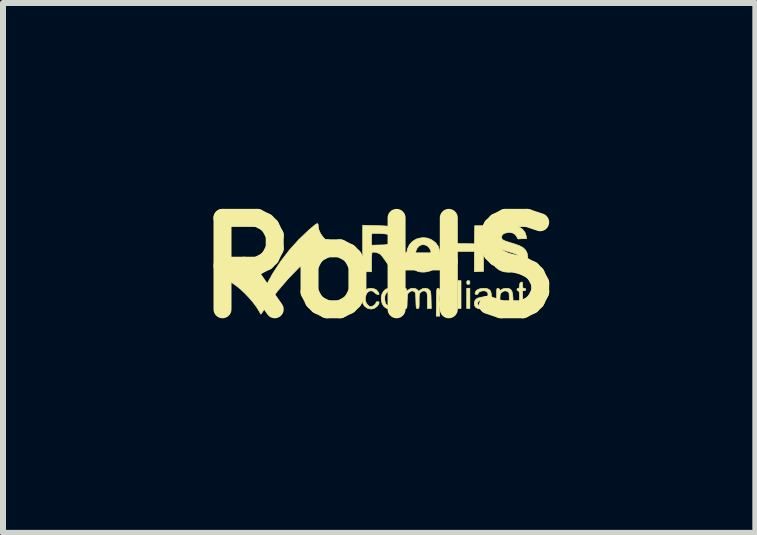
<source format=kicad_pcb>
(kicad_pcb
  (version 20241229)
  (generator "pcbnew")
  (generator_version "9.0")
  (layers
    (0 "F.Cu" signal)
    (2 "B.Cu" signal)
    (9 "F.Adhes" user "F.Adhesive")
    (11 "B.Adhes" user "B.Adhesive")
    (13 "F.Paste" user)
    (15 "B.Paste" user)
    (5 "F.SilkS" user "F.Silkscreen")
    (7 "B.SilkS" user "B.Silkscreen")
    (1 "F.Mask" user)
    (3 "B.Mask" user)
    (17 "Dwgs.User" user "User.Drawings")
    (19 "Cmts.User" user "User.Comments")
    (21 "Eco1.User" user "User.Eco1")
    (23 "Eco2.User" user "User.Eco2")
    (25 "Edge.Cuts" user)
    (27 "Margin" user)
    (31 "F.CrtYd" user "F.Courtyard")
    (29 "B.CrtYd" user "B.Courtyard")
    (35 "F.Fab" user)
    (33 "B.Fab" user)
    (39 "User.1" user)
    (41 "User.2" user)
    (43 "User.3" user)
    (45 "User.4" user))
  (footprint "RoHS"
    (layer "F.Cu")
    (at 3.273 1.418)
    (property "Reference" "RoHS" (at 0 0 0) (layer "F.SilkS") (effects (font (size 1.524 1.524) (thickness 0.3))))
    (attr through_hole)
    (fp_poly (pts (xy 1.365 0.677) (xy 1.312 0.677) (xy 1.312 0.212) (xy 1.365 0.212) (xy 1.365 0.677)) (stroke (width 0.01) (type solid)) (fill yes) (layer "F.SilkS"))
    (fp_poly (pts (xy 1.513 0.677) (xy 1.46 0.677) (xy 1.46 0.339) (xy 1.513 0.339) (xy 1.513 0.677)) (stroke (width 0.01) (type solid)) (fill yes) (layer "F.SilkS"))
    (fp_poly (pts (xy 1.506 0.215) (xy 1.513 0.23) (xy 1.513 0.243) (xy 1.511 0.266) (xy 1.498 0.274) (xy 1.487 0.275) (xy 1.468 0.272) (xy 1.461 0.257) (xy 1.46 0.243) (xy 1.463 0.221) (xy 1.475 0.212) (xy 1.487 0.212) (xy 1.506 0.215)) (stroke (width 0.01) (type solid)) (fill yes) (layer "F.SilkS"))
    (fp_poly (pts (xy 1.289 -0.407) (xy 1.438 -0.405) (xy 1.587 -0.402) (xy 1.59 -0.553) (xy 1.593 -0.704) (xy 1.741 -0.704) (xy 1.741 0.058) (xy 1.664 0.061) (xy 1.587 0.064) (xy 1.587 -0.275) (xy 1.292 -0.275) (xy 1.289 -0.108) (xy 1.286 0.058) (xy 1.132 0.064) (xy 1.135 -0.32) (xy 1.138 -0.704) (xy 1.286 -0.704) (xy 1.289 -0.407)) (stroke (width 0.01) (type solid)) (fill yes) (layer "F.SilkS"))
    (fp_poly (pts (xy -0.085 0.347) (xy -0.042 0.369) (xy -0.016 0.402) (xy -0.004 0.428) (xy -0.002 0.44) (xy -0.013 0.444) (xy -0.022 0.445) (xy -0.043 0.437) (xy -0.068 0.419) (xy -0.074 0.413) (xy -0.108 0.387) (xy -0.142 0.381) (xy -0.174 0.391) (xy -0.201 0.415) (xy -0.22 0.452) (xy -0.23 0.499) (xy -0.228 0.546) (xy -0.216 0.582) (xy -0.194 0.615) (xy -0.166 0.638) (xy -0.142 0.646) (xy -0.112 0.638) (xy -0.082 0.62) (xy -0.061 0.597) (xy -0.057 0.587) (xy -0.045 0.566) (xy -0.025 0.561) (xy -0.005 0.567) (xy -0.001 0.585) (xy -0.012 0.612) (xy -0.034 0.641) (xy -0.077 0.672) (xy -0.126 0.686) (xy -0.177 0.68) (xy -0.2 0.67) (xy -0.243 0.639) (xy -0.27 0.597) (xy -0.283 0.541) (xy -0.284 0.535) (xy -0.282 0.468) (xy -0.265 0.414) (xy -0.234 0.373) (xy -0.192 0.347) (xy -0.14 0.339) (xy -0.085 0.347)) (stroke (width 0.01) (type solid)) (fill yes) (layer "F.SilkS"))
    (fp_poly (pts (xy 2.001 0.348) (xy 2.008 0.36) (xy 2.012 0.373) (xy 2.02 0.374) (xy 2.038 0.362) (xy 2.04 0.36) (xy 2.073 0.345) (xy 2.115 0.339) (xy 2.157 0.342) (xy 2.188 0.355) (xy 2.207 0.375) (xy 2.22 0.406) (xy 2.228 0.452) (xy 2.232 0.515) (xy 2.233 0.564) (xy 2.233 0.677) (xy 2.17 0.677) (xy 2.17 0.546) (xy 2.169 0.491) (xy 2.168 0.453) (xy 2.166 0.428) (xy 2.161 0.413) (xy 2.154 0.403) (xy 2.146 0.397) (xy 2.11 0.382) (xy 2.073 0.388) (xy 2.046 0.406) (xy 2.033 0.418) (xy 2.025 0.431) (xy 2.019 0.448) (xy 2.016 0.475) (xy 2.014 0.516) (xy 2.012 0.555) (xy 2.011 0.607) (xy 2.009 0.642) (xy 2.005 0.663) (xy 2 0.673) (xy 1.992 0.677) (xy 1.983 0.677) (xy 1.958 0.677) (xy 1.958 0.508) (xy 1.958 0.445) (xy 1.959 0.4) (xy 1.96 0.369) (xy 1.963 0.351) (xy 1.967 0.342) (xy 1.974 0.339) (xy 1.98 0.339) (xy 2.001 0.348)) (stroke (width 0.01) (type solid)) (fill yes) (layer "F.SilkS"))
    (fp_poly (pts (xy 2.387 0.237) (xy 2.391 0.254) (xy 2.392 0.286) (xy 2.393 0.317) (xy 2.397 0.333) (xy 2.408 0.338) (xy 2.418 0.339) (xy 2.439 0.344) (xy 2.445 0.36) (xy 2.439 0.376) (xy 2.418 0.381) (xy 2.391 0.381) (xy 2.394 0.505) (xy 2.396 0.558) (xy 2.398 0.594) (xy 2.401 0.615) (xy 2.406 0.627) (xy 2.413 0.632) (xy 2.42 0.633) (xy 2.441 0.642) (xy 2.451 0.659) (xy 2.447 0.675) (xy 2.442 0.679) (xy 2.427 0.686) (xy 2.408 0.685) (xy 2.387 0.68) (xy 2.368 0.674) (xy 2.354 0.665) (xy 2.346 0.648) (xy 2.341 0.621) (xy 2.339 0.579) (xy 2.339 0.522) (xy 2.339 0.467) (xy 2.338 0.429) (xy 2.335 0.406) (xy 2.331 0.393) (xy 2.324 0.386) (xy 2.318 0.384) (xy 2.3 0.371) (xy 2.297 0.359) (xy 2.305 0.342) (xy 2.318 0.339) (xy 2.332 0.335) (xy 2.338 0.321) (xy 2.339 0.297) (xy 2.343 0.264) (xy 2.355 0.246) (xy 2.359 0.244) (xy 2.378 0.235) (xy 2.387 0.237)) (stroke (width 0.01) (type solid)) (fill yes) (layer "F.SilkS"))
    (fp_poly (pts (xy 0.236 0.345) (xy 0.284 0.365) (xy 0.317 0.402) (xy 0.336 0.453) (xy 0.342 0.515) (xy 0.335 0.576) (xy 0.315 0.623) (xy 0.28 0.657) (xy 0.262 0.668) (xy 0.206 0.685) (xy 0.149 0.682) (xy 0.119 0.672) (xy 0.081 0.645) (xy 0.053 0.604) (xy 0.038 0.554) (xy 0.035 0.514) (xy 0.093 0.514) (xy 0.094 0.529) (xy 0.1 0.572) (xy 0.112 0.601) (xy 0.135 0.621) (xy 0.141 0.625) (xy 0.166 0.64) (xy 0.185 0.644) (xy 0.206 0.639) (xy 0.226 0.631) (xy 0.259 0.608) (xy 0.279 0.57) (xy 0.285 0.517) (xy 0.283 0.49) (xy 0.278 0.452) (xy 0.268 0.426) (xy 0.251 0.407) (xy 0.25 0.406) (xy 0.212 0.384) (xy 0.173 0.384) (xy 0.135 0.404) (xy 0.126 0.412) (xy 0.105 0.439) (xy 0.095 0.471) (xy 0.093 0.514) (xy 0.035 0.514) (xy 0.034 0.5) (xy 0.043 0.446) (xy 0.066 0.399) (xy 0.079 0.383) (xy 0.101 0.361) (xy 0.123 0.349) (xy 0.152 0.343) (xy 0.176 0.342) (xy 0.236 0.345)) (stroke (width 0.01) (type solid)) (fill yes) (layer "F.SilkS"))
    (fp_poly (pts (xy 0.806 -0.498) (xy 0.875 -0.47) (xy 0.938 -0.423) (xy 0.944 -0.416) (xy 0.984 -0.363) (xy 1.007 -0.299) (xy 1.016 -0.223) (xy 1.016 -0.213) (xy 1.006 -0.135) (xy 0.978 -0.065) (xy 0.934 -0.006) (xy 0.874 0.039) (xy 0.865 0.044) (xy 0.818 0.06) (xy 0.76 0.069) (xy 0.701 0.069) (xy 0.65 0.06) (xy 0.649 0.06) (xy 0.577 0.026) (xy 0.522 -0.02) (xy 0.483 -0.079) (xy 0.461 -0.15) (xy 0.458 -0.217) (xy 0.603 -0.217) (xy 0.609 -0.158) (xy 0.629 -0.112) (xy 0.658 -0.078) (xy 0.698 -0.051) (xy 0.737 -0.044) (xy 0.782 -0.056) (xy 0.793 -0.061) (xy 0.832 -0.092) (xy 0.857 -0.139) (xy 0.868 -0.202) (xy 0.868 -0.217) (xy 0.861 -0.282) (xy 0.839 -0.331) (xy 0.803 -0.367) (xy 0.793 -0.373) (xy 0.747 -0.388) (xy 0.703 -0.384) (xy 0.664 -0.363) (xy 0.633 -0.328) (xy 0.612 -0.28) (xy 0.603 -0.222) (xy 0.603 -0.217) (xy 0.458 -0.217) (xy 0.457 -0.233) (xy 0.458 -0.247) (xy 0.473 -0.323) (xy 0.506 -0.389) (xy 0.554 -0.442) (xy 0.617 -0.48) (xy 0.652 -0.493) (xy 0.731 -0.506) (xy 0.806 -0.498)) (stroke (width 0.01) (type solid)) (fill yes) (layer "F.SilkS"))
    (fp_poly (pts (xy 1.163 0.353) (xy 1.201 0.382) (xy 1.223 0.413) (xy 1.235 0.454) (xy 1.239 0.505) (xy 1.234 0.558) (xy 1.221 0.604) (xy 1.215 0.615) (xy 1.183 0.654) (xy 1.142 0.679) (xy 1.098 0.686) (xy 1.054 0.675) (xy 1.048 0.672) (xy 1.026 0.661) (xy 1.012 0.657) (xy 1.009 0.666) (xy 1.007 0.691) (xy 1.007 0.727) (xy 1.007 0.73) (xy 1.011 0.804) (xy 0.981 0.804) (xy 0.952 0.804) (xy 0.955 0.574) (xy 0.956 0.515) (xy 1.006 0.515) (xy 1.013 0.57) (xy 1.034 0.61) (xy 1.059 0.631) (xy 1.083 0.642) (xy 1.1 0.644) (xy 1.123 0.635) (xy 1.127 0.633) (xy 1.159 0.607) (xy 1.179 0.564) (xy 1.185 0.505) (xy 1.185 0.504) (xy 1.183 0.465) (xy 1.174 0.437) (xy 1.158 0.414) (xy 1.126 0.387) (xy 1.093 0.38) (xy 1.061 0.39) (xy 1.035 0.414) (xy 1.015 0.452) (xy 1.006 0.502) (xy 1.006 0.515) (xy 0.956 0.515) (xy 0.956 0.499) (xy 0.957 0.442) (xy 0.958 0.401) (xy 0.96 0.373) (xy 0.963 0.356) (xy 0.968 0.346) (xy 0.973 0.342) (xy 0.981 0.341) (xy 0.982 0.341) (xy 1 0.343) (xy 1.005 0.359) (xy 1.005 0.36) (xy 1.005 0.383) (xy 1.033 0.361) (xy 1.074 0.341) (xy 1.119 0.339) (xy 1.163 0.353)) (stroke (width 0.01) (type solid)) (fill yes) (layer "F.SilkS"))
    (fp_poly (pts (xy -1.019 -0.729) (xy -1.016 -0.7) (xy -1.016 -0.693) (xy -1.007 -0.641) (xy -0.983 -0.584) (xy -0.945 -0.526) (xy -0.904 -0.479) (xy -0.838 -0.413) (xy -0.94 -0.34) (xy -1.141 -0.183) (xy -1.335 -0.008) (xy -1.521 0.184) (xy -1.698 0.391) (xy -1.862 0.612) (xy -1.894 0.659) (xy -1.923 0.701) (xy -1.947 0.736) (xy -1.964 0.761) (xy -1.972 0.772) (xy -1.972 0.772) (xy -1.978 0.764) (xy -1.99 0.742) (xy -2.002 0.722) (xy -2.047 0.649) (xy -2.107 0.57) (xy -2.176 0.49) (xy -2.25 0.413) (xy -2.325 0.344) (xy -2.347 0.326) (xy -2.392 0.292) (xy -2.443 0.256) (xy -2.498 0.22) (xy -2.55 0.188) (xy -2.594 0.163) (xy -2.622 0.149) (xy -2.645 0.139) (xy -2.656 0.132) (xy -2.656 0.131) (xy -2.65 0.122) (xy -2.632 0.103) (xy -2.611 0.082) (xy -2.581 0.047) (xy -2.554 0.007) (xy -2.542 -0.013) (xy -2.527 -0.042) (xy -2.514 -0.063) (xy -2.509 -0.068) (xy -2.498 -0.064) (xy -2.475 -0.046) (xy -2.442 -0.019) (xy -2.402 0.016) (xy -2.357 0.056) (xy -2.31 0.1) (xy -2.265 0.144) (xy -2.222 0.186) (xy -2.192 0.217) (xy -2.151 0.264) (xy -2.105 0.316) (xy -2.065 0.366) (xy -2.051 0.383) (xy -2.023 0.418) (xy -2 0.446) (xy -1.984 0.462) (xy -1.98 0.466) (xy -1.973 0.457) (xy -1.958 0.432) (xy -1.938 0.394) (xy -1.913 0.347) (xy -1.891 0.304) (xy -1.777 0.096) (xy -1.645 -0.105) (xy -1.5 -0.295) (xy -1.342 -0.471) (xy -1.173 -0.632) (xy -1.078 -0.712) (xy -1.047 -0.734) (xy -1.029 -0.74) (xy -1.019 -0.729)) (stroke (width 0.01) (type solid)) (fill yes) (layer "F.SilkS"))
    (fp_poly (pts (xy 0.437 0.341) (xy 0.455 0.35) (xy 0.457 0.362) (xy 0.458 0.378) (xy 0.467 0.378) (xy 0.489 0.364) (xy 0.495 0.36) (xy 0.531 0.342) (xy 0.573 0.338) (xy 0.613 0.348) (xy 0.636 0.364) (xy 0.661 0.39) (xy 0.691 0.364) (xy 0.73 0.343) (xy 0.773 0.338) (xy 0.813 0.348) (xy 0.837 0.366) (xy 0.847 0.378) (xy 0.855 0.392) (xy 0.859 0.411) (xy 0.863 0.44) (xy 0.865 0.483) (xy 0.866 0.535) (xy 0.87 0.677) (xy 0.804 0.677) (xy 0.804 0.547) (xy 0.804 0.491) (xy 0.802 0.452) (xy 0.799 0.426) (xy 0.794 0.41) (xy 0.786 0.4) (xy 0.785 0.399) (xy 0.754 0.383) (xy 0.721 0.387) (xy 0.693 0.407) (xy 0.682 0.419) (xy 0.674 0.433) (xy 0.67 0.452) (xy 0.668 0.481) (xy 0.667 0.525) (xy 0.667 0.555) (xy 0.667 0.607) (xy 0.666 0.642) (xy 0.663 0.663) (xy 0.659 0.673) (xy 0.651 0.677) (xy 0.641 0.677) (xy 0.631 0.677) (xy 0.623 0.673) (xy 0.619 0.662) (xy 0.616 0.64) (xy 0.614 0.605) (xy 0.612 0.552) (xy 0.612 0.544) (xy 0.61 0.488) (xy 0.608 0.449) (xy 0.604 0.424) (xy 0.599 0.408) (xy 0.591 0.398) (xy 0.588 0.396) (xy 0.558 0.382) (xy 0.528 0.388) (xy 0.501 0.407) (xy 0.488 0.418) (xy 0.479 0.431) (xy 0.474 0.448) (xy 0.471 0.475) (xy 0.469 0.515) (xy 0.467 0.555) (xy 0.466 0.607) (xy 0.464 0.642) (xy 0.461 0.663) (xy 0.456 0.673) (xy 0.448 0.677) (xy 0.438 0.677) (xy 0.413 0.677) (xy 0.413 0.337) (xy 0.437 0.341)) (stroke (width 0.01) (type solid)) (fill yes) (layer "F.SilkS"))
    (fp_poly (pts (xy 1.805 0.346) (xy 1.834 0.36) (xy 1.848 0.374) (xy 1.859 0.39) (xy 1.866 0.414) (xy 1.87 0.448) (xy 1.874 0.497) (xy 1.876 0.563) (xy 1.876 0.564) (xy 1.877 0.614) (xy 1.877 0.646) (xy 1.874 0.665) (xy 1.87 0.674) (xy 1.861 0.677) (xy 1.854 0.677) (xy 1.831 0.669) (xy 1.824 0.657) (xy 1.819 0.644) (xy 1.811 0.643) (xy 1.793 0.654) (xy 1.789 0.658) (xy 1.748 0.677) (xy 1.7 0.685) (xy 1.655 0.68) (xy 1.635 0.672) (xy 1.606 0.653) (xy 1.592 0.631) (xy 1.588 0.598) (xy 1.588 0.592) (xy 1.588 0.586) (xy 1.642 0.586) (xy 1.649 0.613) (xy 1.661 0.626) (xy 1.698 0.644) (xy 1.737 0.641) (xy 1.775 0.619) (xy 1.777 0.616) (xy 1.795 0.594) (xy 1.808 0.567) (xy 1.814 0.541) (xy 1.813 0.523) (xy 1.807 0.518) (xy 1.787 0.519) (xy 1.755 0.524) (xy 1.719 0.531) (xy 1.689 0.539) (xy 1.68 0.542) (xy 1.653 0.56) (xy 1.642 0.586) (xy 1.588 0.586) (xy 1.593 0.554) (xy 1.61 0.526) (xy 1.641 0.505) (xy 1.689 0.49) (xy 1.741 0.482) (xy 1.775 0.476) (xy 1.801 0.47) (xy 1.808 0.467) (xy 1.816 0.451) (xy 1.813 0.427) (xy 1.802 0.404) (xy 1.788 0.391) (xy 1.756 0.382) (xy 1.721 0.383) (xy 1.687 0.392) (xy 1.662 0.407) (xy 1.651 0.427) (xy 1.651 0.429) (xy 1.642 0.441) (xy 1.625 0.445) (xy 1.603 0.438) (xy 1.599 0.419) (xy 1.61 0.39) (xy 1.633 0.367) (xy 1.67 0.35) (xy 1.716 0.34) (xy 1.763 0.339) (xy 1.805 0.346)) (stroke (width 0.01) (type solid)) (fill yes) (layer "F.SilkS"))
    (fp_poly (pts (xy -0.05 -0.706) (xy 0.019 -0.704) (xy 0.084 -0.701) (xy 0.139 -0.697) (xy 0.183 -0.693) (xy 0.21 -0.689) (xy 0.213 -0.688) (xy 0.26 -0.664) (xy 0.299 -0.624) (xy 0.327 -0.573) (xy 0.343 -0.516) (xy 0.343 -0.457) (xy 0.339 -0.434) (xy 0.319 -0.391) (xy 0.287 -0.349) (xy 0.249 -0.315) (xy 0.208 -0.294) (xy 0.196 -0.29) (xy 0.172 -0.284) (xy 0.159 -0.279) (xy 0.159 -0.278) (xy 0.166 -0.268) (xy 0.185 -0.25) (xy 0.201 -0.236) (xy 0.217 -0.219) (xy 0.24 -0.189) (xy 0.269 -0.15) (xy 0.3 -0.106) (xy 0.331 -0.061) (xy 0.359 -0.018) (xy 0.382 0.018) (xy 0.397 0.045) (xy 0.402 0.058) (xy 0.392 0.06) (xy 0.366 0.062) (xy 0.329 0.063) (xy 0.315 0.064) (xy 0.227 0.064) (xy 0.14 -0.068) (xy 0.106 -0.117) (xy 0.074 -0.162) (xy 0.046 -0.198) (xy 0.026 -0.221) (xy 0.021 -0.226) (xy -0.007 -0.243) (xy -0.042 -0.256) (xy -0.078 -0.263) (xy -0.107 -0.263) (xy -0.116 -0.26) (xy -0.121 -0.246) (xy -0.124 -0.212) (xy -0.126 -0.161) (xy -0.127 -0.095) (xy -0.127 0.064) (xy -0.275 0.064) (xy -0.275 -0.475) (xy -0.127 -0.475) (xy -0.127 -0.379) (xy 0.006 -0.383) (xy 0.061 -0.384) (xy 0.1 -0.386) (xy 0.125 -0.39) (xy 0.142 -0.395) (xy 0.153 -0.403) (xy 0.165 -0.416) (xy 0.165 -0.416) (xy 0.186 -0.454) (xy 0.189 -0.496) (xy 0.175 -0.535) (xy 0.17 -0.541) (xy 0.16 -0.552) (xy 0.147 -0.559) (xy 0.128 -0.564) (xy 0.097 -0.568) (xy 0.052 -0.571) (xy 0.019 -0.573) (xy -0.031 -0.575) (xy -0.074 -0.576) (xy -0.105 -0.576) (xy -0.119 -0.575) (xy -0.119 -0.575) (xy -0.123 -0.563) (xy -0.125 -0.535) (xy -0.127 -0.496) (xy -0.127 -0.475) (xy -0.275 -0.475) (xy -0.275 -0.712) (xy -0.05 -0.706)) (stroke (width 0.01) (type solid)) (fill yes) (layer "F.SilkS"))
    (fp_poly (pts (xy 2.23 -0.713) (xy 2.265 -0.71) (xy 2.292 -0.704) (xy 2.318 -0.693) (xy 2.338 -0.682) (xy 2.394 -0.642) (xy 2.432 -0.592) (xy 2.452 -0.534) (xy 2.452 -0.53) (xy 2.458 -0.487) (xy 2.399 -0.487) (xy 2.364 -0.486) (xy 2.337 -0.484) (xy 2.327 -0.482) (xy 2.313 -0.487) (xy 2.298 -0.511) (xy 2.295 -0.519) (xy 2.267 -0.558) (xy 2.226 -0.583) (xy 2.172 -0.591) (xy 2.147 -0.59) (xy 2.095 -0.579) (xy 2.06 -0.559) (xy 2.044 -0.531) (xy 2.043 -0.519) (xy 2.043 -0.501) (xy 2.048 -0.486) (xy 2.057 -0.474) (xy 2.076 -0.461) (xy 2.105 -0.449) (xy 2.147 -0.434) (xy 2.206 -0.416) (xy 2.265 -0.398) (xy 2.342 -0.37) (xy 2.4 -0.338) (xy 2.441 -0.298) (xy 2.467 -0.249) (xy 2.478 -0.188) (xy 2.478 -0.121) (xy 2.467 -0.077) (xy 2.439 -0.032) (xy 2.399 0.008) (xy 2.354 0.038) (xy 2.3 0.057) (xy 2.234 0.068) (xy 2.164 0.072) (xy 2.098 0.067) (xy 2.062 0.06) (xy 1.998 0.032) (xy 1.943 -0.011) (xy 1.912 -0.051) (xy 1.896 -0.081) (xy 1.883 -0.115) (xy 1.873 -0.147) (xy 1.869 -0.173) (xy 1.872 -0.184) (xy 1.885 -0.187) (xy 1.913 -0.19) (xy 1.946 -0.192) (xy 1.983 -0.194) (xy 2.004 -0.192) (xy 2.015 -0.185) (xy 2.022 -0.171) (xy 2.024 -0.164) (xy 2.039 -0.134) (xy 2.06 -0.105) (xy 2.062 -0.103) (xy 2.1 -0.074) (xy 2.145 -0.058) (xy 2.192 -0.055) (xy 2.238 -0.062) (xy 2.279 -0.08) (xy 2.31 -0.108) (xy 2.326 -0.143) (xy 2.328 -0.162) (xy 2.327 -0.182) (xy 2.323 -0.198) (xy 2.313 -0.212) (xy 2.294 -0.224) (xy 2.264 -0.237) (xy 2.22 -0.252) (xy 2.16 -0.27) (xy 2.111 -0.285) (xy 2.032 -0.314) (xy 1.971 -0.349) (xy 1.929 -0.391) (xy 1.915 -0.416) (xy 1.897 -0.479) (xy 1.898 -0.54) (xy 1.919 -0.596) (xy 1.957 -0.646) (xy 2.012 -0.685) (xy 2.043 -0.699) (xy 2.077 -0.708) (xy 2.128 -0.713) (xy 2.18 -0.714) (xy 2.23 -0.713)) (stroke (width 0.01) (type solid)) (fill yes) (layer "F.SilkS")))
  (gr_rect
    (start -3 -3)
    (end 9.546 5.836)
    (stroke (width 0.1) (type default))
    (fill no)
    (layer "Edge.Cuts")))
</source>
